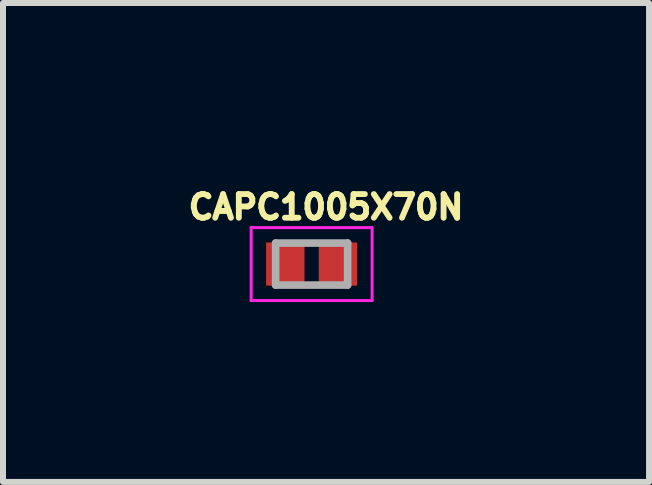
<source format=kicad_pcb>
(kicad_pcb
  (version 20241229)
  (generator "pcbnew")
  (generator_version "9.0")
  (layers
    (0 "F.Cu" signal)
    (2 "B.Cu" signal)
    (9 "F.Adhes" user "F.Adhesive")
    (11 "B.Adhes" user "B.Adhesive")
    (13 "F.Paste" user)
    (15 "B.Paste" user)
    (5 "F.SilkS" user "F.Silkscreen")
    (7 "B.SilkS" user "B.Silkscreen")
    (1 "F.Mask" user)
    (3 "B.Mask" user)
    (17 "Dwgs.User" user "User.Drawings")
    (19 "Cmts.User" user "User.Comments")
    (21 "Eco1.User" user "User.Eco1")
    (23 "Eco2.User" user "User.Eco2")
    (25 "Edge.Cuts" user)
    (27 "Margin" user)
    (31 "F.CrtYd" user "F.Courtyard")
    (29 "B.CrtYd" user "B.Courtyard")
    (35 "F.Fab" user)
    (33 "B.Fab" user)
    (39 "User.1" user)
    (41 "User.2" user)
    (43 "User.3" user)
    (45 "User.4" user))
  (footprint "CAPC1005X70N"
    (layer "F.Cu")
    (at 2.146 1.353)
    (property "Reference" "CAPC1005X70N" (at 0.24 -0.95 0) (layer "F.SilkS") (effects (font (size 0.394 0.394) (thickness 0.098))))
    (attr smd)
    (fp_line (start -1.008 -0.608) (end 1.008 -0.608) (stroke (width 0.05) (type solid)) (layer "F.CrtYd"))
    (fp_line (start -1.008 0.608) (end -1.008 -0.608) (stroke (width 0.05) (type solid)) (layer "F.CrtYd"))
    (fp_line (start -1.008 0.608) (end 1.008 0.608) (stroke (width 0.05) (type solid)) (layer "F.CrtYd"))
    (fp_line (start 1.008 0.608) (end 1.008 -0.608) (stroke (width 0.05) (type solid)) (layer "F.CrtYd"))
    (fp_line (start -0.6 0.35) (end -0.6 -0.35) (stroke (width 0.127) (type solid)) (layer "F.Fab"))
    (fp_line (start 0.6 -0.35) (end -0.6 -0.35) (stroke (width 0.127) (type solid)) (layer "F.Fab"))
    (fp_line (start 0.6 0.35) (end -0.6 0.35) (stroke (width 0.127) (type solid)) (layer "F.Fab"))
    (fp_line (start 0.6 0.35) (end 0.6 -0.35) (stroke (width 0.127) (type solid)) (layer "F.Fab"))
    (pad "1" smd rect (at -0.439 0) (size 0.64 0.72) (layers "F.Cu" "F.Mask" "F.Paste"))
    (pad "2" smd rect (at 0.439 0) (size 0.64 0.72) (layers "F.Cu" "F.Mask" "F.Paste")))
  (gr_rect
    (start -3 -3)
    (end 7.772 4.986)
    (stroke (width 0.1) (type default))
    (fill no)
    (layer "Edge.Cuts")))
</source>
